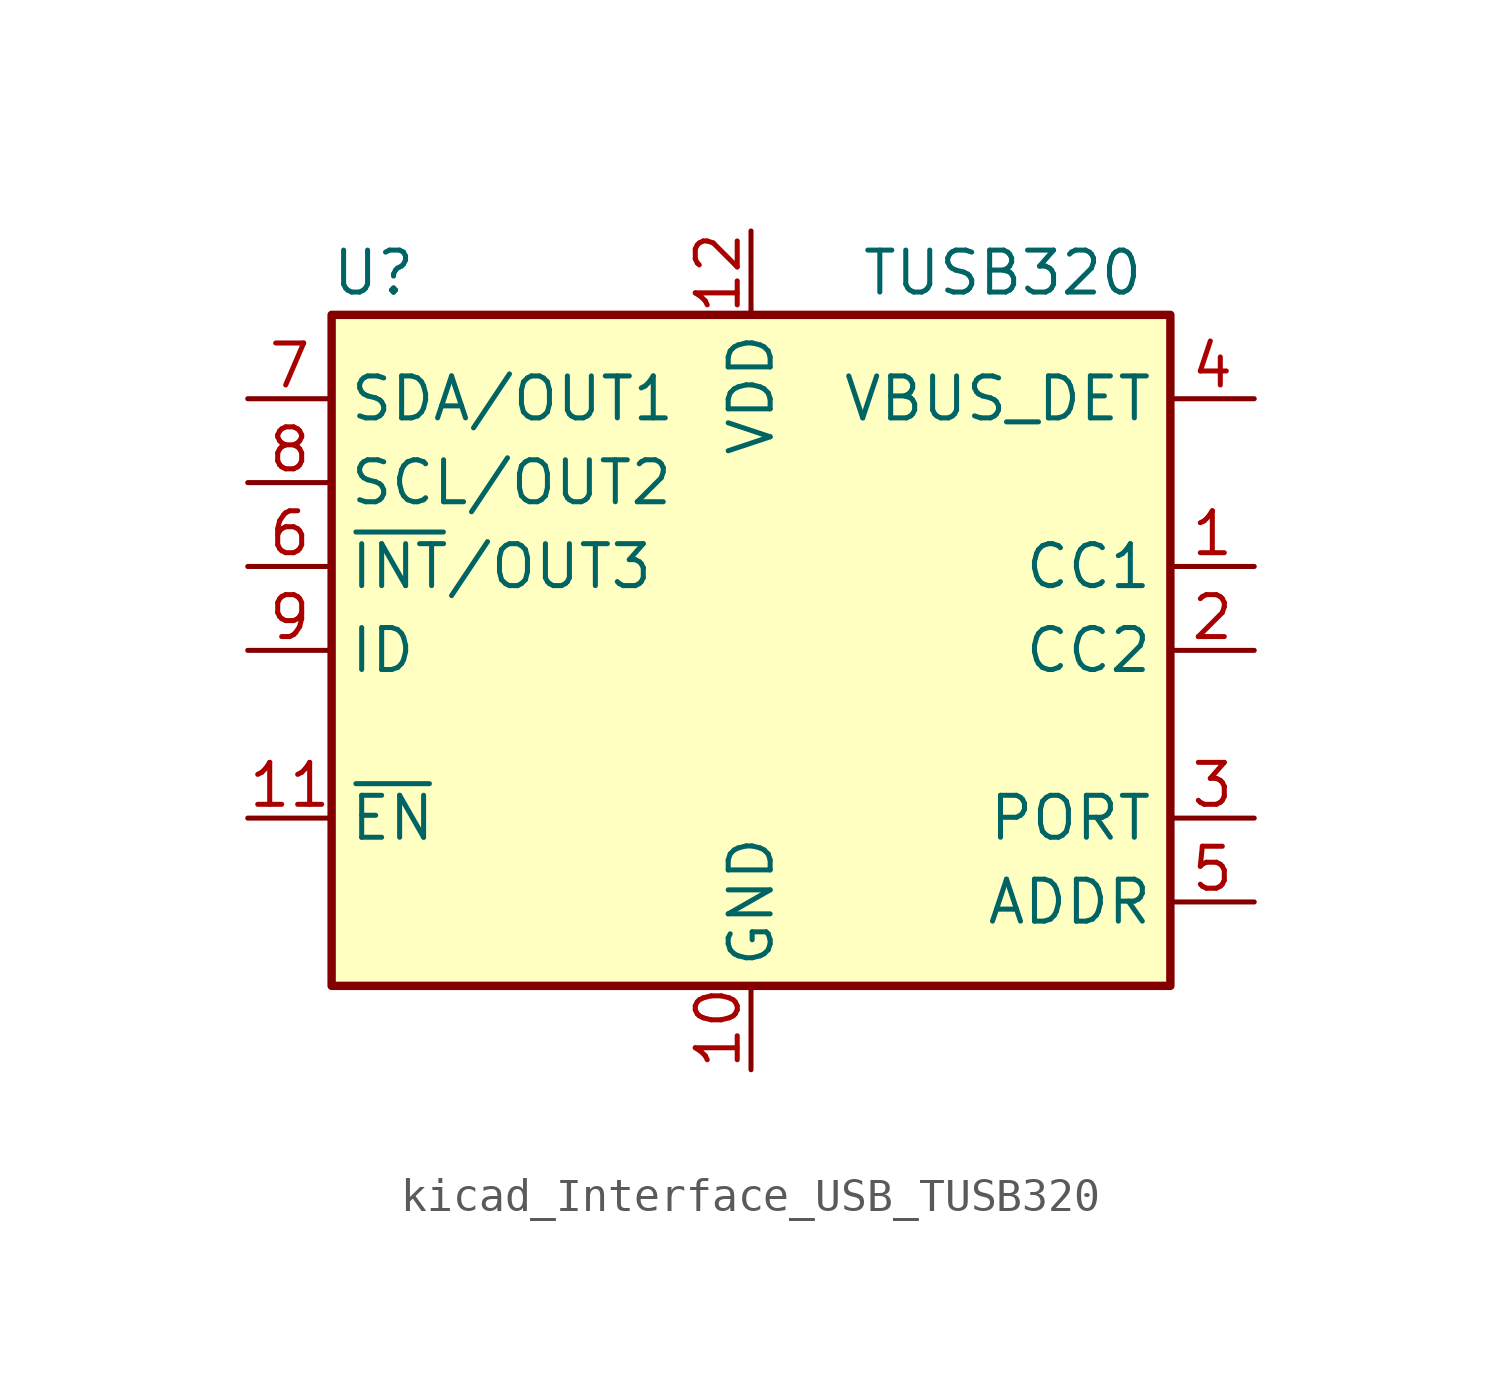
<source format=kicad_sym>
(kicad_symbol_lib
  (version 20220914)
  (generator kicad_symbol_editor)
  (symbol "kicad_Interface_USB_TUSB320"
    (property "Reference" "U"
      (at -11.43 11.43 0)
      (effects (font (size 1.27 1.27))))
    (property "Value" "TUSB320"
      (at 7.62 11.43 0)
      (effects (font (size 1.27 1.27))))
    (symbol "kicad_Interface_USB_TUSB320_0_1"
      (rectangle (start -12.7 10.16) (end 12.7 -10.16) (stroke (width 0.254) (type default)) (fill (type background))))
    (symbol "kicad_Interface_USB_TUSB320_1_1"
      (pin bidirectional line (at 15.24 2.54 180) (length 2.54) (name "CC1" (effects (font (size 1.27 1.27)))) (number "1" (effects (font (size 1.27 1.27)))))
      (pin power_in line (at 0 -12.7 90) (length 2.54) (name "GND" (effects (font (size 1.27 1.27)))) (number "10" (effects (font (size 1.27 1.27)))))
      (pin input line (at -15.24 -5.08 0) (length 2.54) (name "~{EN}" (effects (font (size 1.27 1.27)))) (number "11" (effects (font (size 1.27 1.27)))))
      (pin power_in line (at 0 12.7 270) (length 2.54) (name "VDD" (effects (font (size 1.27 1.27)))) (number "12" (effects (font (size 1.27 1.27)))))
      (pin bidirectional line (at 15.24 0 180) (length 2.54) (name "CC2" (effects (font (size 1.27 1.27)))) (number "2" (effects (font (size 1.27 1.27)))))
      (pin input line (at 15.24 -5.08 180) (length 2.54) (name "PORT" (effects (font (size 1.27 1.27)))) (number "3" (effects (font (size 1.27 1.27)))))
      (pin input line (at 15.24 7.62 180) (length 2.54) (name "VBUS_DET" (effects (font (size 1.27 1.27)))) (number "4" (effects (font (size 1.27 1.27)))))
      (pin input line (at 15.24 -7.62 180) (length 2.54) (name "ADDR" (effects (font (size 1.27 1.27)))) (number "5" (effects (font (size 1.27 1.27)))))
      (pin open_collector line (at -15.24 2.54 0) (length 2.54) (name "~{INT}/OUT3" (effects (font (size 1.27 1.27)))) (number "6" (effects (font (size 1.27 1.27)))))
      (pin bidirectional line (at -15.24 7.62 0) (length 2.54) (name "SDA/OUT1" (effects (font (size 1.27 1.27)))) (number "7" (effects (font (size 1.27 1.27)))))
      (pin bidirectional line (at -15.24 5.08 0) (length 2.54) (name "SCL/OUT2" (effects (font (size 1.27 1.27)))) (number "8" (effects (font (size 1.27 1.27)))))
      (pin open_collector line (at -15.24 0 0) (length 2.54) (name "ID" (effects (font (size 1.27 1.27)))) (number "9" (effects (font (size 1.27 1.27))))))))
</source>
